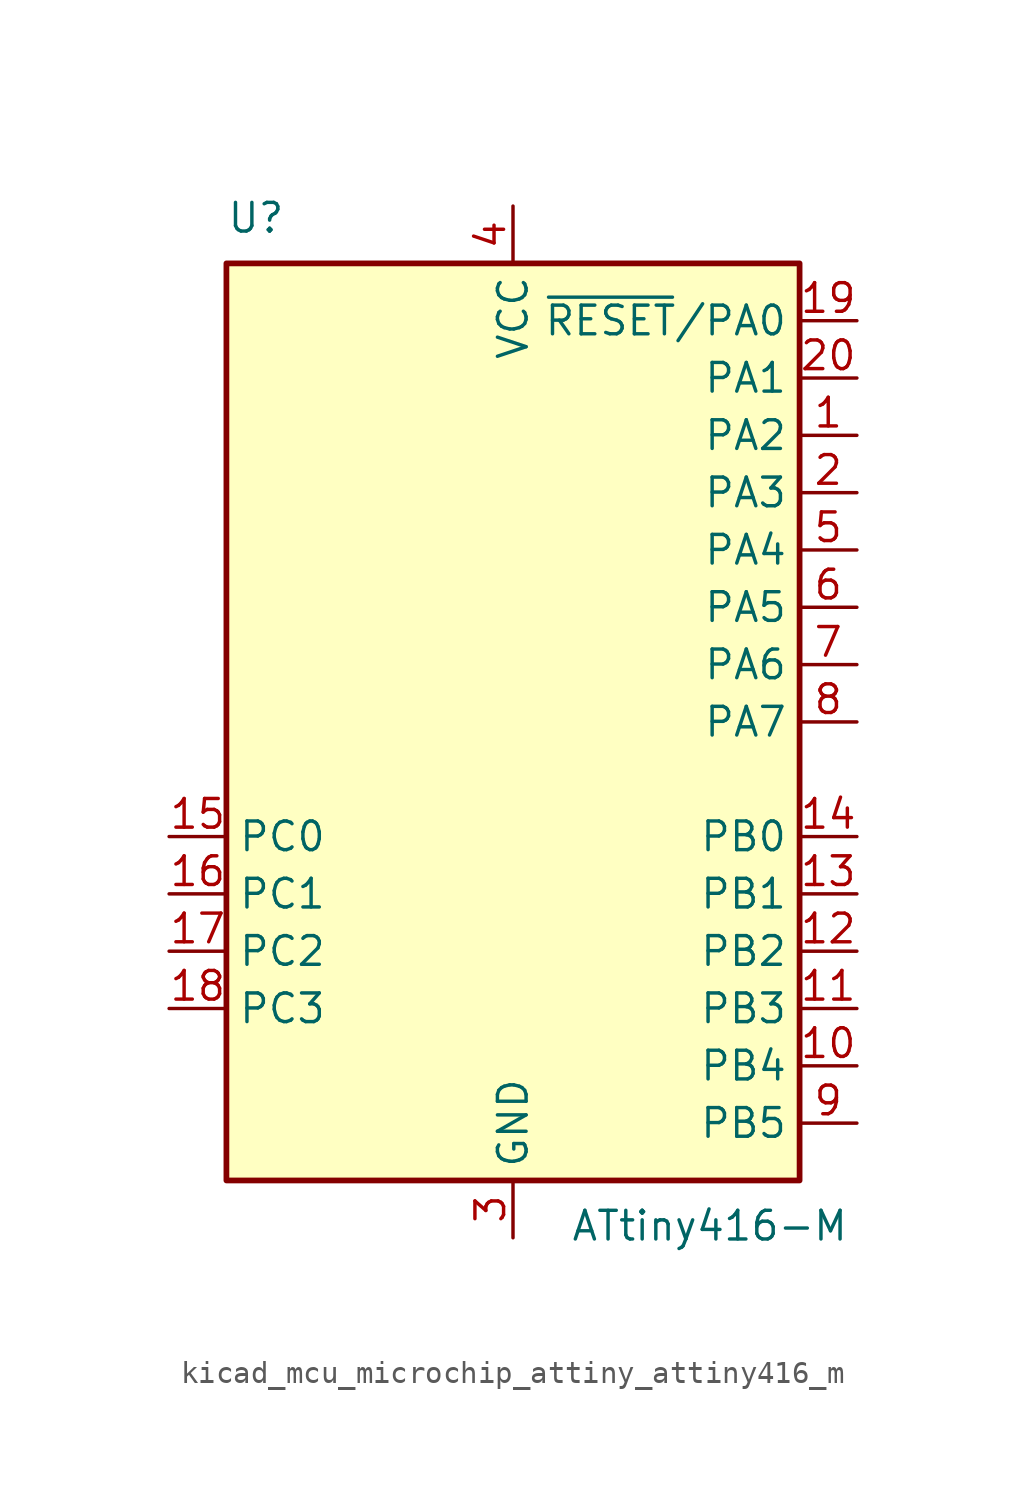
<source format=kicad_sym>
(kicad_symbol_lib
  (version 20220914)
  (generator kicad_symbol_editor)
  (symbol "kicad_mcu_microchip_attiny_attiny416_m"
    (property "Reference" "U"
      (at -12.7 21.59 0)
      (effects (font (size 1.27 1.27)) (justify left bottom)))
    (property "Value" "ATtiny416-M"
      (at 2.54 -21.59 0)
      (effects (font (size 1.27 1.27)) (justify left top)))
    (symbol "kicad_mcu_microchip_attiny_attiny416_m_0_1"
      (rectangle (start -12.7 -20.32) (end 12.7 20.32) (stroke (width 0.254) (type default)) (fill (type background))))
    (symbol "kicad_mcu_microchip_attiny_attiny416_m_1_1"
      (pin bidirectional line (at 15.24 12.7 180) (length 2.54) (name "PA2" (effects (font (size 1.27 1.27)))) (number "1" (effects (font (size 1.27 1.27)))))
      (pin bidirectional line (at 15.24 -15.24 180) (length 2.54) (name "PB4" (effects (font (size 1.27 1.27)))) (number "10" (effects (font (size 1.27 1.27)))))
      (pin bidirectional line (at 15.24 -12.7 180) (length 2.54) (name "PB3" (effects (font (size 1.27 1.27)))) (number "11" (effects (font (size 1.27 1.27)))))
      (pin bidirectional line (at 15.24 -10.16 180) (length 2.54) (name "PB2" (effects (font (size 1.27 1.27)))) (number "12" (effects (font (size 1.27 1.27)))))
      (pin bidirectional line (at 15.24 -7.62 180) (length 2.54) (name "PB1" (effects (font (size 1.27 1.27)))) (number "13" (effects (font (size 1.27 1.27)))))
      (pin bidirectional line (at 15.24 -5.08 180) (length 2.54) (name "PB0" (effects (font (size 1.27 1.27)))) (number "14" (effects (font (size 1.27 1.27)))))
      (pin bidirectional line (at -15.24 -5.08 0) (length 2.54) (name "PC0" (effects (font (size 1.27 1.27)))) (number "15" (effects (font (size 1.27 1.27)))))
      (pin bidirectional line (at -15.24 -7.62 0) (length 2.54) (name "PC1" (effects (font (size 1.27 1.27)))) (number "16" (effects (font (size 1.27 1.27)))))
      (pin bidirectional line (at -15.24 -10.16 0) (length 2.54) (name "PC2" (effects (font (size 1.27 1.27)))) (number "17" (effects (font (size 1.27 1.27)))))
      (pin bidirectional line (at -15.24 -12.7 0) (length 2.54) (name "PC3" (effects (font (size 1.27 1.27)))) (number "18" (effects (font (size 1.27 1.27)))))
      (pin bidirectional line (at 15.24 17.78 180) (length 2.54) (name "~{RESET}/PA0" (effects (font (size 1.27 1.27)))) (number "19" (effects (font (size 1.27 1.27)))))
      (pin bidirectional line (at 15.24 10.16 180) (length 2.54) (name "PA3" (effects (font (size 1.27 1.27)))) (number "2" (effects (font (size 1.27 1.27)))))
      (pin bidirectional line (at 15.24 15.24 180) (length 2.54) (name "PA1" (effects (font (size 1.27 1.27)))) (number "20" (effects (font (size 1.27 1.27)))))
      (pin passive line (at 0 -22.86 90) (length 2.54) hide (name "GND" (effects (font (size 1.27 1.27)))) (number "21" (effects (font (size 1.27 1.27)))))
      (pin power_in line (at 0 -22.86 90) (length 2.54) (name "GND" (effects (font (size 1.27 1.27)))) (number "3" (effects (font (size 1.27 1.27)))))
      (pin power_in line (at 0 22.86 270) (length 2.54) (name "VCC" (effects (font (size 1.27 1.27)))) (number "4" (effects (font (size 1.27 1.27)))))
      (pin bidirectional line (at 15.24 7.62 180) (length 2.54) (name "PA4" (effects (font (size 1.27 1.27)))) (number "5" (effects (font (size 1.27 1.27)))))
      (pin bidirectional line (at 15.24 5.08 180) (length 2.54) (name "PA5" (effects (font (size 1.27 1.27)))) (number "6" (effects (font (size 1.27 1.27)))))
      (pin bidirectional line (at 15.24 2.54 180) (length 2.54) (name "PA6" (effects (font (size 1.27 1.27)))) (number "7" (effects (font (size 1.27 1.27)))))
      (pin bidirectional line (at 15.24 0 180) (length 2.54) (name "PA7" (effects (font (size 1.27 1.27)))) (number "8" (effects (font (size 1.27 1.27)))))
      (pin bidirectional line (at 15.24 -17.78 180) (length 2.54) (name "PB5" (effects (font (size 1.27 1.27)))) (number "9" (effects (font (size 1.27 1.27))))))))
</source>
